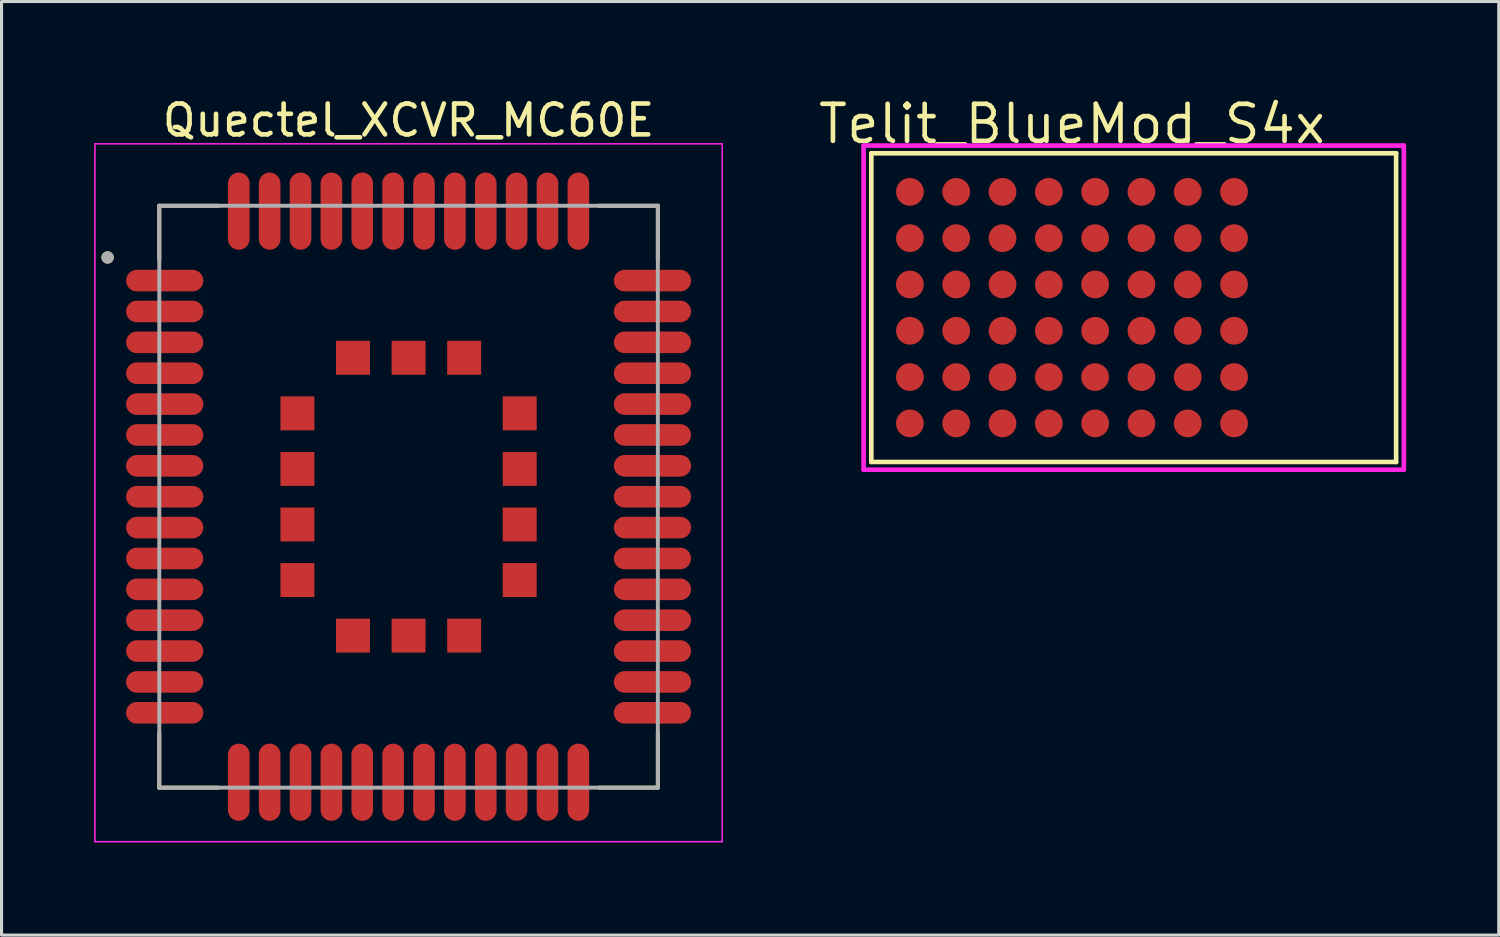
<source format=kicad_pcb>
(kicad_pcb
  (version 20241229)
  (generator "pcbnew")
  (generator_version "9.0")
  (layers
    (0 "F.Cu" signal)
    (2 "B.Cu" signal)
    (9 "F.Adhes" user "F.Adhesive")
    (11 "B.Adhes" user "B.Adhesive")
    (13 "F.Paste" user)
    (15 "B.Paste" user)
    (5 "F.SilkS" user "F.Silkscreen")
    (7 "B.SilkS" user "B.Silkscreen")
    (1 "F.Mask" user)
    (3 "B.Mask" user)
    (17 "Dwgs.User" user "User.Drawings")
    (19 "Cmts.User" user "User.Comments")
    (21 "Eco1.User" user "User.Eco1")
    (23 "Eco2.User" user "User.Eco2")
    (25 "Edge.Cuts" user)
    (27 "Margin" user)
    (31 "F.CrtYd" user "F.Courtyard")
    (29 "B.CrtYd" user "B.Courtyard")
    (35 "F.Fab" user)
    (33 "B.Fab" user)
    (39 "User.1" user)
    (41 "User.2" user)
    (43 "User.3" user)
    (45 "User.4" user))
  (footprint "Quectel_XCVR_MC60E"
    (layer "F.Cu")
    (at 10.185 13.04)
    (property "Reference" "Quectel_XCVR_MC60E" (at 0 -12.192 0) (layer "F.SilkS") (effects (font (size 1 1) (thickness 0.15))))
    (attr smd)
    (fp_line (start -8.075 -9.425) (end -6.163 -9.425) (stroke (width 0.127) (type solid)) (layer "F.SilkS"))
    (fp_line (start -8.075 -7.663) (end -8.075 -9.425) (stroke (width 0.127) (type solid)) (layer "F.SilkS"))
    (fp_line (start -8.075 7.663) (end -8.075 9.425) (stroke (width 0.127) (type solid)) (layer "F.SilkS"))
    (fp_line (start -8.075 9.425) (end -6.163 9.425) (stroke (width 0.127) (type solid)) (layer "F.SilkS"))
    (fp_line (start 8.075 -9.425) (end 6.163 -9.425) (stroke (width 0.127) (type solid)) (layer "F.SilkS"))
    (fp_line (start 8.075 -7.663) (end 8.075 -9.425) (stroke (width 0.127) (type solid)) (layer "F.SilkS"))
    (fp_line (start 8.075 7.663) (end 8.075 9.425) (stroke (width 0.127) (type solid)) (layer "F.SilkS"))
    (fp_line (start 8.075 9.425) (end 6.163 9.425) (stroke (width 0.127) (type solid)) (layer "F.SilkS"))
    (fp_circle (center -9.75 -7.75) (end -9.65 -7.75) (stroke (width 0.2) (type solid)) (fill no) (layer "F.SilkS"))
    (fp_poly (pts (xy -4.06 -3.16) (xy -3.14 -3.16) (xy -3.14 -2.24) (xy -4.06 -2.24)) (stroke (width 0.01) (type solid)) (fill yes) (layer "F.Paste"))
    (fp_poly (pts (xy -4.06 -1.36) (xy -3.14 -1.36) (xy -3.14 -0.44) (xy -4.06 -0.44)) (stroke (width 0.01) (type solid)) (fill yes) (layer "F.Paste"))
    (fp_poly (pts (xy -4.06 0.44) (xy -3.14 0.44) (xy -3.14 1.36) (xy -4.06 1.36)) (stroke (width 0.01) (type solid)) (fill yes) (layer "F.Paste"))
    (fp_poly (pts (xy -4.06 2.24) (xy -3.14 2.24) (xy -3.14 3.16) (xy -4.06 3.16)) (stroke (width 0.01) (type solid)) (fill yes) (layer "F.Paste"))
    (fp_poly (pts (xy -2.26 -4.96) (xy -1.34 -4.96) (xy -1.34 -4.04) (xy -2.26 -4.04)) (stroke (width 0.01) (type solid)) (fill yes) (layer "F.Paste"))
    (fp_poly (pts (xy -2.26 4.04) (xy -1.34 4.04) (xy -1.34 4.96) (xy -2.26 4.96)) (stroke (width 0.01) (type solid)) (fill yes) (layer "F.Paste"))
    (fp_poly (pts (xy -0.46 -4.96) (xy 0.46 -4.96) (xy 0.46 -4.04) (xy -0.46 -4.04)) (stroke (width 0.01) (type solid)) (fill yes) (layer "F.Paste"))
    (fp_poly (pts (xy -0.46 4.04) (xy 0.46 4.04) (xy 0.46 4.96) (xy -0.46 4.96)) (stroke (width 0.01) (type solid)) (fill yes) (layer "F.Paste"))
    (fp_poly (pts (xy 1.34 -4.96) (xy 2.26 -4.96) (xy 2.26 -4.04) (xy 1.34 -4.04)) (stroke (width 0.01) (type solid)) (fill yes) (layer "F.Paste"))
    (fp_poly (pts (xy 1.34 4.04) (xy 2.26 4.04) (xy 2.26 4.96) (xy 1.34 4.96)) (stroke (width 0.01) (type solid)) (fill yes) (layer "F.Paste"))
    (fp_poly (pts (xy 3.14 -3.16) (xy 4.06 -3.16) (xy 4.06 -2.24) (xy 3.14 -2.24)) (stroke (width 0.01) (type solid)) (fill yes) (layer "F.Paste"))
    (fp_poly (pts (xy 3.14 -1.36) (xy 4.06 -1.36) (xy 4.06 -0.44) (xy 3.14 -0.44)) (stroke (width 0.01) (type solid)) (fill yes) (layer "F.Paste"))
    (fp_poly (pts (xy 3.14 0.44) (xy 4.06 0.44) (xy 4.06 1.36) (xy 3.14 1.36)) (stroke (width 0.01) (type solid)) (fill yes) (layer "F.Paste"))
    (fp_poly (pts (xy 3.14 2.24) (xy 4.06 2.24) (xy 4.06 3.16) (xy 3.14 3.16)) (stroke (width 0.01) (type solid)) (fill yes) (layer "F.Paste"))
    (fp_line (start -10.16 -11.43) (end 10.16 -11.43) (stroke (width 0.05) (type solid)) (layer "F.CrtYd"))
    (fp_line (start -10.16 11.176) (end -10.16 -11.43) (stroke (width 0.05) (type solid)) (layer "F.CrtYd"))
    (fp_line (start 10.16 -11.43) (end 10.16 11.176) (stroke (width 0.05) (type solid)) (layer "F.CrtYd"))
    (fp_line (start 10.16 11.176) (end -10.16 11.176) (stroke (width 0.05) (type solid)) (layer "F.CrtYd"))
    (fp_line (start -8.075 -9.425) (end 8.075 -9.425) (stroke (width 0.127) (type solid)) (layer "F.Fab"))
    (fp_line (start -8.075 9.425) (end -8.075 -9.425) (stroke (width 0.127) (type solid)) (layer "F.Fab"))
    (fp_line (start 8.075 -9.425) (end 8.075 9.425) (stroke (width 0.127) (type solid)) (layer "F.Fab"))
    (fp_line (start 8.075 9.425) (end -8.075 9.425) (stroke (width 0.127) (type solid)) (layer "F.Fab"))
    (fp_circle (center -9.75 -7.75) (end -9.65 -7.75) (stroke (width 0.2) (type solid)) (fill no) (layer "F.Fab"))
    (pad "1" smd oval (at -7.9 -7) (size 2.5 0.7) (layers "F.Cu" "F.Mask" "F.Paste"))
    (pad "2" smd oval (at -7.9 -6) (size 2.5 0.7) (layers "F.Cu" "F.Mask" "F.Paste"))
    (pad "3" smd oval (at -7.9 -5) (size 2.5 0.7) (layers "F.Cu" "F.Mask" "F.Paste"))
    (pad "4" smd oval (at -7.9 -4) (size 2.5 0.7) (layers "F.Cu" "F.Mask" "F.Paste"))
    (pad "5" smd oval (at -7.9 -3) (size 2.5 0.7) (layers "F.Cu" "F.Mask" "F.Paste"))
    (pad "6" smd oval (at -7.9 -2) (size 2.5 0.7) (layers "F.Cu" "F.Mask" "F.Paste"))
    (pad "7" smd oval (at -7.9 -1) (size 2.5 0.7) (layers "F.Cu" "F.Mask" "F.Paste"))
    (pad "8" smd oval (at -7.9 0) (size 2.5 0.7) (layers "F.Cu" "F.Mask" "F.Paste"))
    (pad "9" smd oval (at -7.9 1) (size 2.5 0.7) (layers "F.Cu" "F.Mask" "F.Paste"))
    (pad "10" smd oval (at -7.9 2) (size 2.5 0.7) (layers "F.Cu" "F.Mask" "F.Paste"))
    (pad "11" smd oval (at -7.9 3) (size 2.5 0.7) (layers "F.Cu" "F.Mask" "F.Paste"))
    (pad "12" smd oval (at -7.9 4) (size 2.5 0.7) (layers "F.Cu" "F.Mask" "F.Paste"))
    (pad "13" smd oval (at -7.9 5) (size 2.5 0.7) (layers "F.Cu" "F.Mask" "F.Paste"))
    (pad "14" smd oval (at -7.9 6) (size 2.5 0.7) (layers "F.Cu" "F.Mask" "F.Paste"))
    (pad "15" smd oval (at -7.9 7) (size 2.5 0.7) (layers "F.Cu" "F.Mask" "F.Paste"))
    (pad "16" smd oval (at -5.5 9.25) (size 0.7 2.5) (layers "F.Cu" "F.Mask" "F.Paste"))
    (pad "17" smd oval (at -4.5 9.25) (size 0.7 2.5) (layers "F.Cu" "F.Mask" "F.Paste"))
    (pad "18" smd oval (at -3.5 9.25) (size 0.7 2.5) (layers "F.Cu" "F.Mask" "F.Paste"))
    (pad "19" smd oval (at -2.5 9.25) (size 0.7 2.5) (layers "F.Cu" "F.Mask" "F.Paste"))
    (pad "20" smd oval (at -1.5 9.25) (size 0.7 2.5) (layers "F.Cu" "F.Mask" "F.Paste"))
    (pad "21" smd oval (at -0.5 9.25) (size 0.7 2.5) (layers "F.Cu" "F.Mask" "F.Paste"))
    (pad "22" smd oval (at 0.5 9.25) (size 0.7 2.5) (layers "F.Cu" "F.Mask" "F.Paste"))
    (pad "23" smd oval (at 1.5 9.25) (size 0.7 2.5) (layers "F.Cu" "F.Mask" "F.Paste"))
    (pad "24" smd oval (at 2.5 9.25) (size 0.7 2.5) (layers "F.Cu" "F.Mask" "F.Paste"))
    (pad "25" smd oval (at 3.5 9.25) (size 0.7 2.5) (layers "F.Cu" "F.Mask" "F.Paste"))
    (pad "26" smd oval (at 4.5 9.25) (size 0.7 2.5) (layers "F.Cu" "F.Mask" "F.Paste"))
    (pad "27" smd oval (at 5.5 9.25) (size 0.7 2.5) (layers "F.Cu" "F.Mask" "F.Paste"))
    (pad "28" smd oval (at 7.9 7) (size 2.5 0.7) (layers "F.Cu" "F.Mask" "F.Paste"))
    (pad "29" smd oval (at 7.9 6) (size 2.5 0.7) (layers "F.Cu" "F.Mask" "F.Paste"))
    (pad "30" smd oval (at 7.9 5) (size 2.5 0.7) (layers "F.Cu" "F.Mask" "F.Paste"))
    (pad "31" smd oval (at 7.9 4) (size 2.5 0.7) (layers "F.Cu" "F.Mask" "F.Paste"))
    (pad "32" smd oval (at 7.9 3) (size 2.5 0.7) (layers "F.Cu" "F.Mask" "F.Paste"))
    (pad "33" smd oval (at 7.9 2) (size 2.5 0.7) (layers "F.Cu" "F.Mask" "F.Paste"))
    (pad "34" smd oval (at 7.9 1) (size 2.5 0.7) (layers "F.Cu" "F.Mask" "F.Paste"))
    (pad "35" smd oval (at 7.9 0) (size 2.5 0.7) (layers "F.Cu" "F.Mask" "F.Paste"))
    (pad "36" smd oval (at 7.9 -1) (size 2.5 0.7) (layers "F.Cu" "F.Mask" "F.Paste"))
    (pad "37" smd oval (at 7.9 -2) (size 2.5 0.7) (layers "F.Cu" "F.Mask" "F.Paste"))
    (pad "38" smd oval (at 7.9 -3) (size 2.5 0.7) (layers "F.Cu" "F.Mask" "F.Paste"))
    (pad "39" smd oval (at 7.9 -4) (size 2.5 0.7) (layers "F.Cu" "F.Mask" "F.Paste"))
    (pad "40" smd oval (at 7.9 -5) (size 2.5 0.7) (layers "F.Cu" "F.Mask" "F.Paste"))
    (pad "41" smd oval (at 7.9 -6) (size 2.5 0.7) (layers "F.Cu" "F.Mask" "F.Paste"))
    (pad "42" smd oval (at 7.9 -7) (size 2.5 0.7) (layers "F.Cu" "F.Mask" "F.Paste"))
    (pad "43" smd oval (at 5.5 -9.25) (size 0.7 2.5) (layers "F.Cu" "F.Mask" "F.Paste"))
    (pad "44" smd oval (at 4.5 -9.25) (size 0.7 2.5) (layers "F.Cu" "F.Mask" "F.Paste"))
    (pad "45" smd oval (at 3.5 -9.25) (size 0.7 2.5) (layers "F.Cu" "F.Mask" "F.Paste"))
    (pad "46" smd oval (at 2.5 -9.25) (size 0.7 2.5) (layers "F.Cu" "F.Mask" "F.Paste"))
    (pad "47" smd oval (at 1.5 -9.25) (size 0.7 2.5) (layers "F.Cu" "F.Mask" "F.Paste"))
    (pad "48" smd oval (at 0.5 -9.25) (size 0.7 2.5) (layers "F.Cu" "F.Mask" "F.Paste"))
    (pad "49" smd oval (at -0.5 -9.25) (size 0.7 2.5) (layers "F.Cu" "F.Mask" "F.Paste"))
    (pad "50" smd oval (at -1.5 -9.25) (size 0.7 2.5) (layers "F.Cu" "F.Mask" "F.Paste"))
    (pad "51" smd oval (at -2.5 -9.25) (size 0.7 2.5) (layers "F.Cu" "F.Mask" "F.Paste"))
    (pad "52" smd oval (at -3.5 -9.25) (size 0.7 2.5) (layers "F.Cu" "F.Mask" "F.Paste"))
    (pad "53" smd oval (at -4.5 -9.25) (size 0.7 2.5) (layers "F.Cu" "F.Mask" "F.Paste"))
    (pad "54" smd oval (at -5.5 -9.25) (size 0.7 2.5) (layers "F.Cu" "F.Mask" "F.Paste"))
    (pad "55" smd rect (at -3.6 -2.7) (size 1.1 1.1) (layers "F.Cu" "F.Mask" "F.Paste"))
    (pad "56" smd rect (at -3.6 -0.9) (size 1.1 1.1) (layers "F.Cu" "F.Mask" "F.Paste"))
    (pad "57" smd rect (at -3.6 0.9) (size 1.1 1.1) (layers "F.Cu" "F.Mask" "F.Paste"))
    (pad "58" smd rect (at -3.6 2.7) (size 1.1 1.1) (layers "F.Cu" "F.Mask" "F.Paste"))
    (pad "59" smd rect (at -1.8 4.5) (size 1.1 1.1) (layers "F.Cu" "F.Mask" "F.Paste"))
    (pad "60" smd rect (at 0 4.5) (size 1.1 1.1) (layers "F.Cu" "F.Mask" "F.Paste"))
    (pad "61" smd rect (at 1.8 4.5) (size 1.1 1.1) (layers "F.Cu" "F.Mask" "F.Paste"))
    (pad "62" smd rect (at 3.6 2.7) (size 1.1 1.1) (layers "F.Cu" "F.Mask" "F.Paste"))
    (pad "63" smd rect (at 3.6 0.9) (size 1.1 1.1) (layers "F.Cu" "F.Mask" "F.Paste"))
    (pad "64" smd rect (at 3.6 -0.9) (size 1.1 1.1) (layers "F.Cu" "F.Mask" "F.Paste"))
    (pad "65" smd rect (at 3.6 -2.7) (size 1.1 1.1) (layers "F.Cu" "F.Mask" "F.Paste"))
    (pad "66" smd rect (at 1.8 -4.5) (size 1.1 1.1) (layers "F.Cu" "F.Mask" "F.Paste"))
    (pad "67" smd rect (at 0 -4.5) (size 1.1 1.1) (layers "F.Cu" "F.Mask" "F.Paste"))
    (pad "68" smd rect (at -1.8 -4.5) (size 1.1 1.1) (layers "F.Cu" "F.Mask" "F.Paste")))
  (footprint "Telit_BlueMod_S4x"
    (layer "F.Cu")
    (at 31.675 6.915)
    (property "Reference" "Telit_BlueMod_S4x" (at 0 -5.95 0) (layer "F.SilkS") (effects (font (size 1.2 1.2) (thickness 0.15))))
    (attr smd)
    (fp_line (start -6.5 -5) (end -6.5 5) (stroke (width 0.15) (type solid)) (layer "F.SilkS"))
    (fp_line (start -6.5 5) (end 10.5 5) (stroke (width 0.15) (type solid)) (layer "F.SilkS"))
    (fp_line (start 10.5 -5) (end -6.5 -5) (stroke (width 0.15) (type solid)) (layer "F.SilkS"))
    (fp_line (start 10.5 5) (end 10.5 -5) (stroke (width 0.15) (type solid)) (layer "F.SilkS"))
    (fp_line (start -6.75 -5.25) (end 10.75 -5.25) (stroke (width 0.15) (type solid)) (layer "F.CrtYd"))
    (fp_line (start -6.75 5.25) (end -6.75 -5.25) (stroke (width 0.15) (type solid)) (layer "F.CrtYd"))
    (fp_line (start 10.75 -5.25) (end 10.75 5.25) (stroke (width 0.15) (type solid)) (layer "F.CrtYd"))
    (fp_line (start 10.75 5.25) (end -6.75 5.25) (stroke (width 0.15) (type solid)) (layer "F.CrtYd"))
    (pad "A1" smd circle (at -5.25 -3.75) (size 0.9 0.9) (layers "F.Cu" "F.Mask" "F.Paste"))
    (pad "A2" smd circle (at -3.75 -3.75) (size 0.9 0.9) (layers "F.Cu" "F.Mask" "F.Paste"))
    (pad "A3" smd circle (at -2.25 -3.75) (size 0.9 0.9) (layers "F.Cu" "F.Mask" "F.Paste"))
    (pad "A4" smd circle (at -0.75 -3.75) (size 0.9 0.9) (layers "F.Cu" "F.Mask" "F.Paste"))
    (pad "A5" smd circle (at 0.75 -3.75) (size 0.9 0.9) (layers "F.Cu" "F.Mask" "F.Paste"))
    (pad "A6" smd circle (at 2.25 -3.75) (size 0.9 0.9) (layers "F.Cu" "F.Mask" "F.Paste"))
    (pad "A7" smd circle (at 3.75 -3.75) (size 0.9 0.9) (layers "F.Cu" "F.Mask" "F.Paste"))
    (pad "A8" smd circle (at 5.25 -3.75) (size 0.9 0.9) (layers "F.Cu" "F.Mask" "F.Paste"))
    (pad "B1" smd circle (at -5.25 -2.25) (size 0.9 0.9) (layers "F.Cu" "F.Mask" "F.Paste"))
    (pad "B2" smd circle (at -3.75 -2.25) (size 0.9 0.9) (layers "F.Cu" "F.Mask" "F.Paste"))
    (pad "B3" smd circle (at -2.25 -2.25) (size 0.9 0.9) (layers "F.Cu" "F.Mask" "F.Paste"))
    (pad "B4" smd circle (at -0.75 -2.25) (size 0.9 0.9) (layers "F.Cu" "F.Mask" "F.Paste"))
    (pad "B5" smd circle (at 0.75 -2.25) (size 0.9 0.9) (layers "F.Cu" "F.Mask" "F.Paste"))
    (pad "B6" smd circle (at 2.25 -2.25) (size 0.9 0.9) (layers "F.Cu" "F.Mask" "F.Paste"))
    (pad "B7" smd circle (at 3.75 -2.25) (size 0.9 0.9) (layers "F.Cu" "F.Mask" "F.Paste"))
    (pad "B8" smd circle (at 5.25 -2.25) (size 0.9 0.9) (layers "F.Cu" "F.Mask" "F.Paste"))
    (pad "C1" smd circle (at -5.25 -0.75) (size 0.9 0.9) (layers "F.Cu" "F.Mask" "F.Paste"))
    (pad "C2" smd circle (at -3.75 -0.75) (size 0.9 0.9) (layers "F.Cu" "F.Mask" "F.Paste"))
    (pad "C3" smd circle (at -2.25 -0.75) (size 0.9 0.9) (layers "F.Cu" "F.Mask" "F.Paste"))
    (pad "C4" smd circle (at -0.75 -0.75) (size 0.9 0.9) (layers "F.Cu" "F.Mask" "F.Paste"))
    (pad "C5" smd circle (at 0.75 -0.75) (size 0.9 0.9) (layers "F.Cu" "F.Mask" "F.Paste"))
    (pad "C6" smd circle (at 2.25 -0.75) (size 0.9 0.9) (layers "F.Cu" "F.Mask" "F.Paste"))
    (pad "C7" smd circle (at 3.75 -0.75) (size 0.9 0.9) (layers "F.Cu" "F.Mask" "F.Paste"))
    (pad "C8" smd circle (at 5.25 -0.75) (size 0.9 0.9) (layers "F.Cu" "F.Mask" "F.Paste"))
    (pad "D1" smd circle (at -5.25 0.75) (size 0.9 0.9) (layers "F.Cu" "F.Mask" "F.Paste"))
    (pad "D2" smd circle (at -3.75 0.75) (size 0.9 0.9) (layers "F.Cu" "F.Mask" "F.Paste"))
    (pad "D3" smd circle (at -2.25 0.75) (size 0.9 0.9) (layers "F.Cu" "F.Mask" "F.Paste"))
    (pad "D4" smd circle (at -0.75 0.75) (size 0.9 0.9) (layers "F.Cu" "F.Mask" "F.Paste"))
    (pad "D5" smd circle (at 0.75 0.75) (size 0.9 0.9) (layers "F.Cu" "F.Mask" "F.Paste"))
    (pad "D6" smd circle (at 2.25 0.75) (size 0.9 0.9) (layers "F.Cu" "F.Mask" "F.Paste"))
    (pad "D7" smd circle (at 3.75 0.75) (size 0.9 0.9) (layers "F.Cu" "F.Mask" "F.Paste"))
    (pad "D8" smd circle (at 5.25 0.75) (size 0.9 0.9) (layers "F.Cu" "F.Mask" "F.Paste"))
    (pad "E1" smd circle (at -5.25 2.25) (size 0.9 0.9) (layers "F.Cu" "F.Mask" "F.Paste"))
    (pad "E2" smd circle (at -3.75 2.25) (size 0.9 0.9) (layers "F.Cu" "F.Mask" "F.Paste"))
    (pad "E3" smd circle (at -2.25 2.25) (size 0.9 0.9) (layers "F.Cu" "F.Mask" "F.Paste"))
    (pad "E4" smd circle (at -0.75 2.25) (size 0.9 0.9) (layers "F.Cu" "F.Mask" "F.Paste"))
    (pad "E5" smd circle (at 0.75 2.25) (size 0.9 0.9) (layers "F.Cu" "F.Mask" "F.Paste"))
    (pad "E6" smd circle (at 2.25 2.25) (size 0.9 0.9) (layers "F.Cu" "F.Mask" "F.Paste"))
    (pad "E7" smd circle (at 3.75 2.25) (size 0.9 0.9) (layers "F.Cu" "F.Mask" "F.Paste"))
    (pad "E8" smd circle (at 5.25 2.25) (size 0.9 0.9) (layers "F.Cu" "F.Mask" "F.Paste"))
    (pad "F1" smd circle (at -5.25 3.75) (size 0.9 0.9) (layers "F.Cu" "F.Mask" "F.Paste"))
    (pad "F2" smd circle (at -3.75 3.75) (size 0.9 0.9) (layers "F.Cu" "F.Mask" "F.Paste"))
    (pad "F3" smd circle (at -2.25 3.75) (size 0.9 0.9) (layers "F.Cu" "F.Mask" "F.Paste"))
    (pad "F4" smd circle (at -0.75 3.75) (size 0.9 0.9) (layers "F.Cu" "F.Mask" "F.Paste"))
    (pad "F5" smd circle (at 0.75 3.75) (size 0.9 0.9) (layers "F.Cu" "F.Mask" "F.Paste"))
    (pad "F6" smd circle (at 2.25 3.75) (size 0.9 0.9) (layers "F.Cu" "F.Mask" "F.Paste"))
    (pad "F7" smd circle (at 3.75 3.75) (size 0.9 0.9) (layers "F.Cu" "F.Mask" "F.Paste"))
    (pad "F8" smd circle (at 5.25 3.75) (size 0.9 0.9) (layers "F.Cu" "F.Mask" "F.Paste")))
  (gr_rect
    (start -3 -3)
    (end 45.5 27.241)
    (stroke (width 0.1) (type default))
    (fill no)
    (layer "Edge.Cuts")))
</source>
